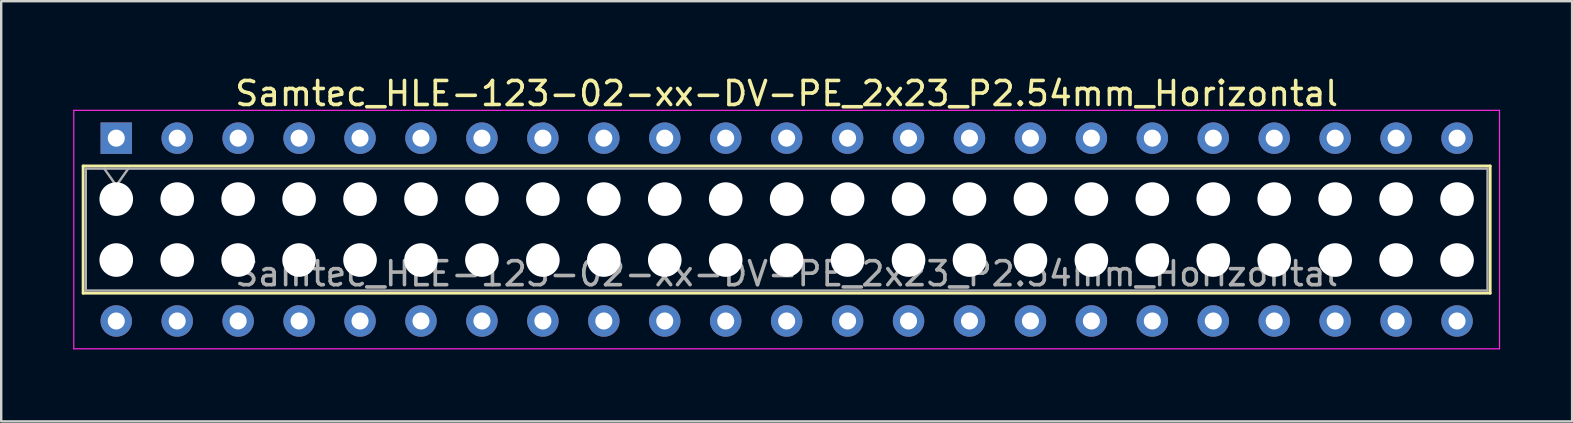
<source format=kicad_pcb>
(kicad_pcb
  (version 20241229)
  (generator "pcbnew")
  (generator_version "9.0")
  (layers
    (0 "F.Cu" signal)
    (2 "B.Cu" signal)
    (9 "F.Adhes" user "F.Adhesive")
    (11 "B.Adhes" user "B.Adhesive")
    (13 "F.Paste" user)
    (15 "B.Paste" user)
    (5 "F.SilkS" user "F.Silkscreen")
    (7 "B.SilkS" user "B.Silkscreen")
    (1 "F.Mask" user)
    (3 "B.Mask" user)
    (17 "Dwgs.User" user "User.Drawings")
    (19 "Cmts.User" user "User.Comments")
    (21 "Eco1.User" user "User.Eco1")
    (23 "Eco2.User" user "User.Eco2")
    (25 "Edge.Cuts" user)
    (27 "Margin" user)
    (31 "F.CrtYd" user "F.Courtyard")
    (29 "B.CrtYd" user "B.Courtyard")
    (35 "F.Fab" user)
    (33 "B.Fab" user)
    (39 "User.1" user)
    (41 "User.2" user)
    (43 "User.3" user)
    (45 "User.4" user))
  (footprint "Samtec_HLE-123-02-xx-DV-PE_2x23_P2.54mm_Horizontal"
    (layer "F.Cu")
    (at 1.795 2.708)
    (property "Reference" "Samtec_HLE-123-02-xx-DV-PE_2x23_P2.54mm_Horizontal" (at 27.94 -1.86 0) (layer "F.SilkS") (effects (font (size 1 1) (thickness 0.15))))
    (attr through_hole)
    (fp_line (start -1.38 1.16) (end 57.26 1.16) (stroke (width 0.12) (type solid)) (layer "F.SilkS"))
    (fp_line (start -1.38 6.46) (end -1.38 1.16) (stroke (width 0.12) (type solid)) (layer "F.SilkS"))
    (fp_line (start 57.26 1.16) (end 57.26 6.46) (stroke (width 0.12) (type solid)) (layer "F.SilkS"))
    (fp_line (start 57.26 6.46) (end -1.38 6.46) (stroke (width 0.12) (type solid)) (layer "F.SilkS"))
    (fp_line (start -1.77 -1.16) (end 57.65 -1.16) (stroke (width 0.05) (type solid)) (layer "F.CrtYd"))
    (fp_line (start -1.77 8.78) (end -1.77 -1.16) (stroke (width 0.05) (type solid)) (layer "F.CrtYd"))
    (fp_line (start 57.65 -1.16) (end 57.65 8.78) (stroke (width 0.05) (type solid)) (layer "F.CrtYd"))
    (fp_line (start 57.65 8.78) (end -1.77 8.78) (stroke (width 0.05) (type solid)) (layer "F.CrtYd"))
    (fp_line (start -1.27 1.27) (end 57.15 1.27) (stroke (width 0.1) (type solid)) (layer "F.Fab"))
    (fp_line (start -1.27 6.35) (end -1.27 1.27) (stroke (width 0.1) (type solid)) (layer "F.Fab"))
    (fp_line (start -0.5 1.27) (end 0 1.977) (stroke (width 0.1) (type solid)) (layer "F.Fab"))
    (fp_line (start 0 1.977) (end 0.5 1.27) (stroke (width 0.1) (type solid)) (layer "F.Fab"))
    (fp_line (start 57.15 1.27) (end 57.15 6.35) (stroke (width 0.1) (type solid)) (layer "F.Fab"))
    (fp_line (start 57.15 6.35) (end -1.27 6.35) (stroke (width 0.1) (type solid)) (layer "F.Fab"))
    (fp_text user "${REFERENCE}" (at 27.94 5.65 0) (layer "F.Fab") (effects (font (size 1 1) (thickness 0.15))))
    (pad "" np_thru_hole circle (at 0 2.54) (size 1.4 1.4) (drill 1.4) (layers "*.Cu" "*.Mask"))
    (pad "" np_thru_hole circle (at 0 5.08) (size 1.4 1.4) (drill 1.4) (layers "*.Cu" "*.Mask"))
    (pad "" np_thru_hole circle (at 2.54 2.54) (size 1.4 1.4) (drill 1.4) (layers "*.Cu" "*.Mask"))
    (pad "" np_thru_hole circle (at 2.54 5.08) (size 1.4 1.4) (drill 1.4) (layers "*.Cu" "*.Mask"))
    (pad "" np_thru_hole circle (at 5.08 2.54) (size 1.4 1.4) (drill 1.4) (layers "*.Cu" "*.Mask"))
    (pad "" np_thru_hole circle (at 5.08 5.08) (size 1.4 1.4) (drill 1.4) (layers "*.Cu" "*.Mask"))
    (pad "" np_thru_hole circle (at 7.62 2.54) (size 1.4 1.4) (drill 1.4) (layers "*.Cu" "*.Mask"))
    (pad "" np_thru_hole circle (at 7.62 5.08) (size 1.4 1.4) (drill 1.4) (layers "*.Cu" "*.Mask"))
    (pad "" np_thru_hole circle (at 10.16 2.54) (size 1.4 1.4) (drill 1.4) (layers "*.Cu" "*.Mask"))
    (pad "" np_thru_hole circle (at 10.16 5.08) (size 1.4 1.4) (drill 1.4) (layers "*.Cu" "*.Mask"))
    (pad "" np_thru_hole circle (at 12.7 2.54) (size 1.4 1.4) (drill 1.4) (layers "*.Cu" "*.Mask"))
    (pad "" np_thru_hole circle (at 12.7 5.08) (size 1.4 1.4) (drill 1.4) (layers "*.Cu" "*.Mask"))
    (pad "" np_thru_hole circle (at 15.24 2.54) (size 1.4 1.4) (drill 1.4) (layers "*.Cu" "*.Mask"))
    (pad "" np_thru_hole circle (at 15.24 5.08) (size 1.4 1.4) (drill 1.4) (layers "*.Cu" "*.Mask"))
    (pad "" np_thru_hole circle (at 17.78 2.54) (size 1.4 1.4) (drill 1.4) (layers "*.Cu" "*.Mask"))
    (pad "" np_thru_hole circle (at 17.78 5.08) (size 1.4 1.4) (drill 1.4) (layers "*.Cu" "*.Mask"))
    (pad "" np_thru_hole circle (at 20.32 2.54) (size 1.4 1.4) (drill 1.4) (layers "*.Cu" "*.Mask"))
    (pad "" np_thru_hole circle (at 20.32 5.08) (size 1.4 1.4) (drill 1.4) (layers "*.Cu" "*.Mask"))
    (pad "" np_thru_hole circle (at 22.86 2.54) (size 1.4 1.4) (drill 1.4) (layers "*.Cu" "*.Mask"))
    (pad "" np_thru_hole circle (at 22.86 5.08) (size 1.4 1.4) (drill 1.4) (layers "*.Cu" "*.Mask"))
    (pad "" np_thru_hole circle (at 25.4 2.54) (size 1.4 1.4) (drill 1.4) (layers "*.Cu" "*.Mask"))
    (pad "" np_thru_hole circle (at 25.4 5.08) (size 1.4 1.4) (drill 1.4) (layers "*.Cu" "*.Mask"))
    (pad "" np_thru_hole circle (at 27.94 2.54) (size 1.4 1.4) (drill 1.4) (layers "*.Cu" "*.Mask"))
    (pad "" np_thru_hole circle (at 27.94 5.08) (size 1.4 1.4) (drill 1.4) (layers "*.Cu" "*.Mask"))
    (pad "" np_thru_hole circle (at 30.48 2.54) (size 1.4 1.4) (drill 1.4) (layers "*.Cu" "*.Mask"))
    (pad "" np_thru_hole circle (at 30.48 5.08) (size 1.4 1.4) (drill 1.4) (layers "*.Cu" "*.Mask"))
    (pad "" np_thru_hole circle (at 33.02 2.54) (size 1.4 1.4) (drill 1.4) (layers "*.Cu" "*.Mask"))
    (pad "" np_thru_hole circle (at 33.02 5.08) (size 1.4 1.4) (drill 1.4) (layers "*.Cu" "*.Mask"))
    (pad "" np_thru_hole circle (at 35.56 2.54) (size 1.4 1.4) (drill 1.4) (layers "*.Cu" "*.Mask"))
    (pad "" np_thru_hole circle (at 35.56 5.08) (size 1.4 1.4) (drill 1.4) (layers "*.Cu" "*.Mask"))
    (pad "" np_thru_hole circle (at 38.1 2.54) (size 1.4 1.4) (drill 1.4) (layers "*.Cu" "*.Mask"))
    (pad "" np_thru_hole circle (at 38.1 5.08) (size 1.4 1.4) (drill 1.4) (layers "*.Cu" "*.Mask"))
    (pad "" np_thru_hole circle (at 40.64 2.54) (size 1.4 1.4) (drill 1.4) (layers "*.Cu" "*.Mask"))
    (pad "" np_thru_hole circle (at 40.64 5.08) (size 1.4 1.4) (drill 1.4) (layers "*.Cu" "*.Mask"))
    (pad "" np_thru_hole circle (at 43.18 2.54) (size 1.4 1.4) (drill 1.4) (layers "*.Cu" "*.Mask"))
    (pad "" np_thru_hole circle (at 43.18 5.08) (size 1.4 1.4) (drill 1.4) (layers "*.Cu" "*.Mask"))
    (pad "" np_thru_hole circle (at 45.72 2.54) (size 1.4 1.4) (drill 1.4) (layers "*.Cu" "*.Mask"))
    (pad "" np_thru_hole circle (at 45.72 5.08) (size 1.4 1.4) (drill 1.4) (layers "*.Cu" "*.Mask"))
    (pad "" np_thru_hole circle (at 48.26 2.54) (size 1.4 1.4) (drill 1.4) (layers "*.Cu" "*.Mask"))
    (pad "" np_thru_hole circle (at 48.26 5.08) (size 1.4 1.4) (drill 1.4) (layers "*.Cu" "*.Mask"))
    (pad "" np_thru_hole circle (at 50.8 2.54) (size 1.4 1.4) (drill 1.4) (layers "*.Cu" "*.Mask"))
    (pad "" np_thru_hole circle (at 50.8 5.08) (size 1.4 1.4) (drill 1.4) (layers "*.Cu" "*.Mask"))
    (pad "" np_thru_hole circle (at 53.34 2.54) (size 1.4 1.4) (drill 1.4) (layers "*.Cu" "*.Mask"))
    (pad "" np_thru_hole circle (at 53.34 5.08) (size 1.4 1.4) (drill 1.4) (layers "*.Cu" "*.Mask"))
    (pad "" np_thru_hole circle (at 55.88 2.54) (size 1.4 1.4) (drill 1.4) (layers "*.Cu" "*.Mask"))
    (pad "" np_thru_hole circle (at 55.88 5.08) (size 1.4 1.4) (drill 1.4) (layers "*.Cu" "*.Mask"))
    (pad "1" thru_hole rect (at 0 0) (size 1.31 1.31) (drill 0.71) (layers "*.Cu" "*.Mask"))
    (pad "2" thru_hole circle (at 0 7.62) (size 1.31 1.31) (drill 0.71) (layers "*.Cu" "*.Mask"))
    (pad "3" thru_hole circle (at 2.54 0) (size 1.31 1.31) (drill 0.71) (layers "*.Cu" "*.Mask"))
    (pad "4" thru_hole circle (at 2.54 7.62) (size 1.31 1.31) (drill 0.71) (layers "*.Cu" "*.Mask"))
    (pad "5" thru_hole circle (at 5.08 0) (size 1.31 1.31) (drill 0.71) (layers "*.Cu" "*.Mask"))
    (pad "6" thru_hole circle (at 5.08 7.62) (size 1.31 1.31) (drill 0.71) (layers "*.Cu" "*.Mask"))
    (pad "7" thru_hole circle (at 7.62 0) (size 1.31 1.31) (drill 0.71) (layers "*.Cu" "*.Mask"))
    (pad "8" thru_hole circle (at 7.62 7.62) (size 1.31 1.31) (drill 0.71) (layers "*.Cu" "*.Mask"))
    (pad "9" thru_hole circle (at 10.16 0) (size 1.31 1.31) (drill 0.71) (layers "*.Cu" "*.Mask"))
    (pad "10" thru_hole circle (at 10.16 7.62) (size 1.31 1.31) (drill 0.71) (layers "*.Cu" "*.Mask"))
    (pad "11" thru_hole circle (at 12.7 0) (size 1.31 1.31) (drill 0.71) (layers "*.Cu" "*.Mask"))
    (pad "12" thru_hole circle (at 12.7 7.62) (size 1.31 1.31) (drill 0.71) (layers "*.Cu" "*.Mask"))
    (pad "13" thru_hole circle (at 15.24 0) (size 1.31 1.31) (drill 0.71) (layers "*.Cu" "*.Mask"))
    (pad "14" thru_hole circle (at 15.24 7.62) (size 1.31 1.31) (drill 0.71) (layers "*.Cu" "*.Mask"))
    (pad "15" thru_hole circle (at 17.78 0) (size 1.31 1.31) (drill 0.71) (layers "*.Cu" "*.Mask"))
    (pad "16" thru_hole circle (at 17.78 7.62) (size 1.31 1.31) (drill 0.71) (layers "*.Cu" "*.Mask"))
    (pad "17" thru_hole circle (at 20.32 0) (size 1.31 1.31) (drill 0.71) (layers "*.Cu" "*.Mask"))
    (pad "18" thru_hole circle (at 20.32 7.62) (size 1.31 1.31) (drill 0.71) (layers "*.Cu" "*.Mask"))
    (pad "19" thru_hole circle (at 22.86 0) (size 1.31 1.31) (drill 0.71) (layers "*.Cu" "*.Mask"))
    (pad "20" thru_hole circle (at 22.86 7.62) (size 1.31 1.31) (drill 0.71) (layers "*.Cu" "*.Mask"))
    (pad "21" thru_hole circle (at 25.4 0) (size 1.31 1.31) (drill 0.71) (layers "*.Cu" "*.Mask"))
    (pad "22" thru_hole circle (at 25.4 7.62) (size 1.31 1.31) (drill 0.71) (layers "*.Cu" "*.Mask"))
    (pad "23" thru_hole circle (at 27.94 0) (size 1.31 1.31) (drill 0.71) (layers "*.Cu" "*.Mask"))
    (pad "24" thru_hole circle (at 27.94 7.62) (size 1.31 1.31) (drill 0.71) (layers "*.Cu" "*.Mask"))
    (pad "25" thru_hole circle (at 30.48 0) (size 1.31 1.31) (drill 0.71) (layers "*.Cu" "*.Mask"))
    (pad "26" thru_hole circle (at 30.48 7.62) (size 1.31 1.31) (drill 0.71) (layers "*.Cu" "*.Mask"))
    (pad "27" thru_hole circle (at 33.02 0) (size 1.31 1.31) (drill 0.71) (layers "*.Cu" "*.Mask"))
    (pad "28" thru_hole circle (at 33.02 7.62) (size 1.31 1.31) (drill 0.71) (layers "*.Cu" "*.Mask"))
    (pad "29" thru_hole circle (at 35.56 0) (size 1.31 1.31) (drill 0.71) (layers "*.Cu" "*.Mask"))
    (pad "30" thru_hole circle (at 35.56 7.62) (size 1.31 1.31) (drill 0.71) (layers "*.Cu" "*.Mask"))
    (pad "31" thru_hole circle (at 38.1 0) (size 1.31 1.31) (drill 0.71) (layers "*.Cu" "*.Mask"))
    (pad "32" thru_hole circle (at 38.1 7.62) (size 1.31 1.31) (drill 0.71) (layers "*.Cu" "*.Mask"))
    (pad "33" thru_hole circle (at 40.64 0) (size 1.31 1.31) (drill 0.71) (layers "*.Cu" "*.Mask"))
    (pad "34" thru_hole circle (at 40.64 7.62) (size 1.31 1.31) (drill 0.71) (layers "*.Cu" "*.Mask"))
    (pad "35" thru_hole circle (at 43.18 0) (size 1.31 1.31) (drill 0.71) (layers "*.Cu" "*.Mask"))
    (pad "36" thru_hole circle (at 43.18 7.62) (size 1.31 1.31) (drill 0.71) (layers "*.Cu" "*.Mask"))
    (pad "37" thru_hole circle (at 45.72 0) (size 1.31 1.31) (drill 0.71) (layers "*.Cu" "*.Mask"))
    (pad "38" thru_hole circle (at 45.72 7.62) (size 1.31 1.31) (drill 0.71) (layers "*.Cu" "*.Mask"))
    (pad "39" thru_hole circle (at 48.26 0) (size 1.31 1.31) (drill 0.71) (layers "*.Cu" "*.Mask"))
    (pad "40" thru_hole circle (at 48.26 7.62) (size 1.31 1.31) (drill 0.71) (layers "*.Cu" "*.Mask"))
    (pad "41" thru_hole circle (at 50.8 0) (size 1.31 1.31) (drill 0.71) (layers "*.Cu" "*.Mask"))
    (pad "42" thru_hole circle (at 50.8 7.62) (size 1.31 1.31) (drill 0.71) (layers "*.Cu" "*.Mask"))
    (pad "43" thru_hole circle (at 53.34 0) (size 1.31 1.31) (drill 0.71) (layers "*.Cu" "*.Mask"))
    (pad "44" thru_hole circle (at 53.34 7.62) (size 1.31 1.31) (drill 0.71) (layers "*.Cu" "*.Mask"))
    (pad "45" thru_hole circle (at 55.88 0) (size 1.31 1.31) (drill 0.71) (layers "*.Cu" "*.Mask"))
    (pad "46" thru_hole circle (at 55.88 7.62) (size 1.31 1.31) (drill 0.71) (layers "*.Cu" "*.Mask")))
  (gr_rect
    (start -3 -3)
    (end 62.47 14.513)
    (stroke (width 0.1) (type default))
    (fill no)
    (layer "Edge.Cuts")))
</source>
